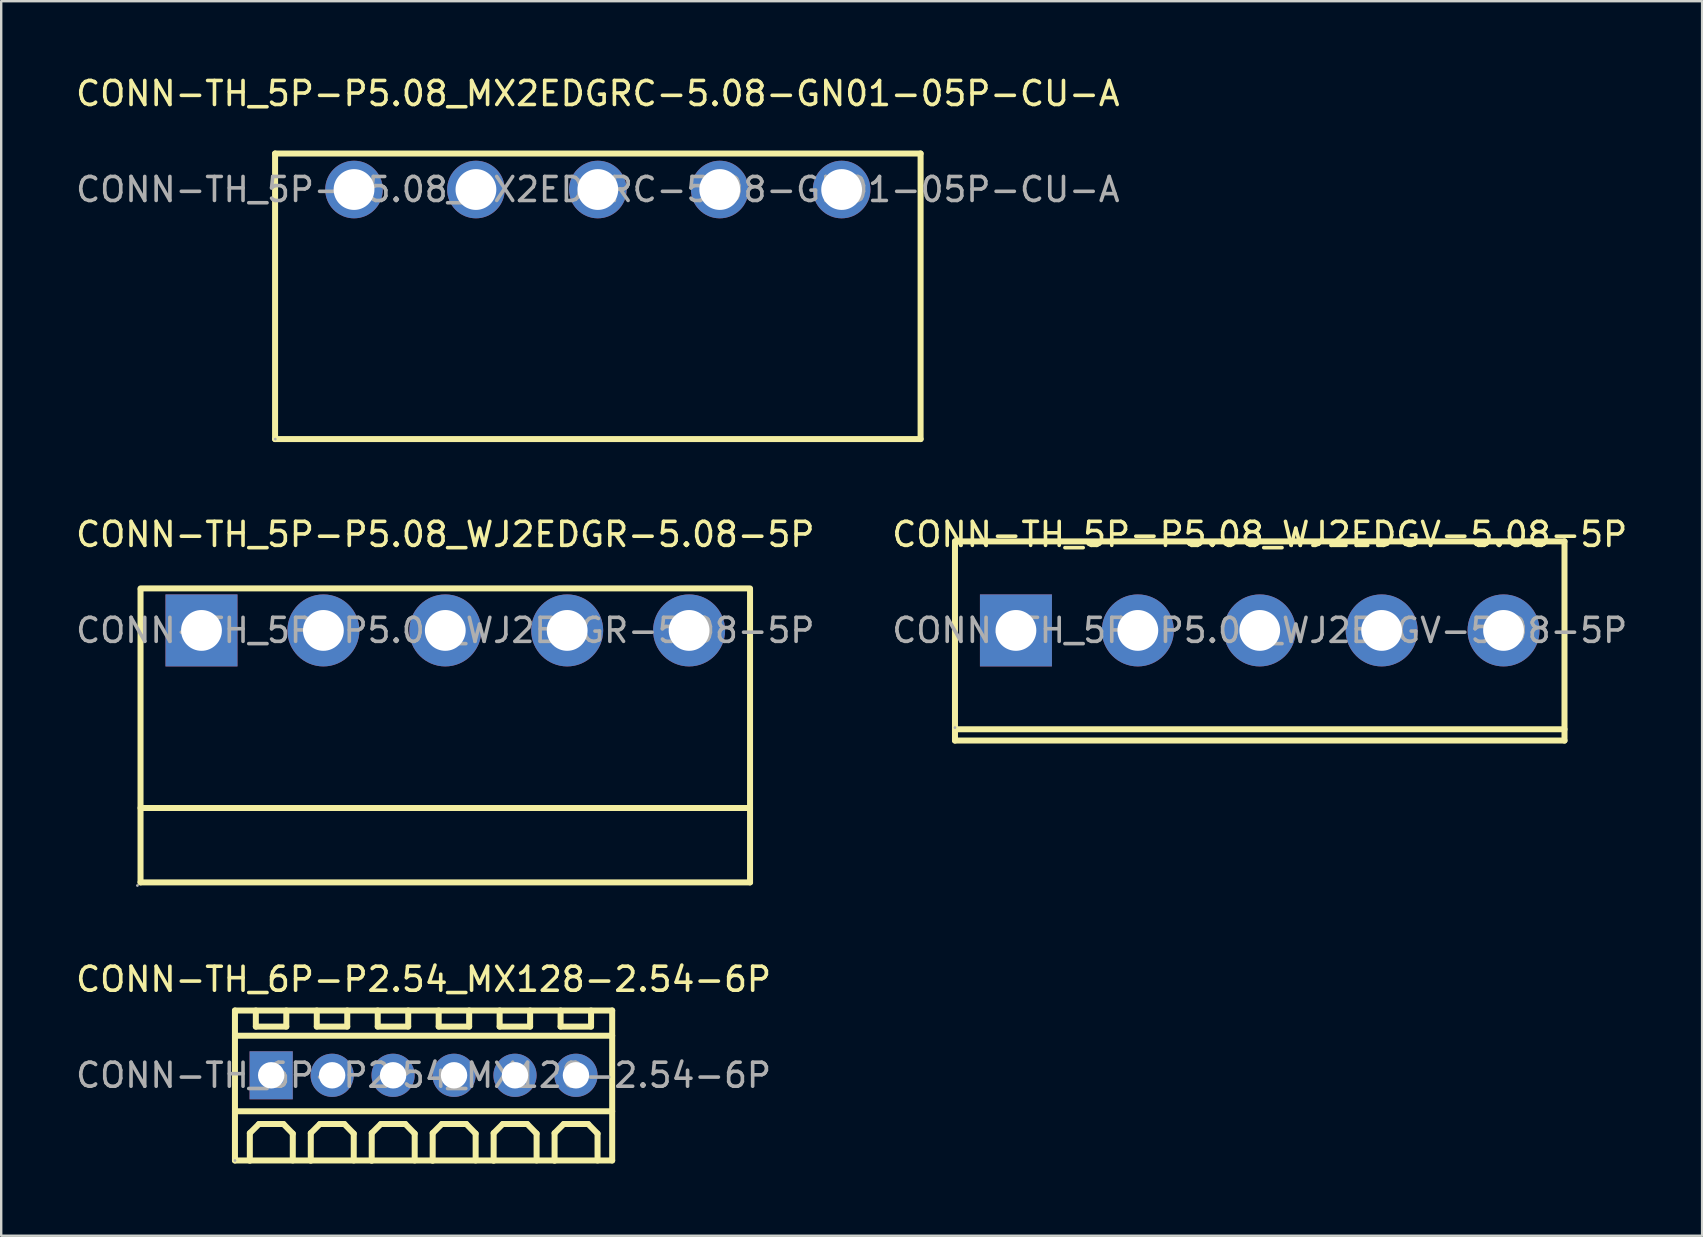
<source format=kicad_pcb>
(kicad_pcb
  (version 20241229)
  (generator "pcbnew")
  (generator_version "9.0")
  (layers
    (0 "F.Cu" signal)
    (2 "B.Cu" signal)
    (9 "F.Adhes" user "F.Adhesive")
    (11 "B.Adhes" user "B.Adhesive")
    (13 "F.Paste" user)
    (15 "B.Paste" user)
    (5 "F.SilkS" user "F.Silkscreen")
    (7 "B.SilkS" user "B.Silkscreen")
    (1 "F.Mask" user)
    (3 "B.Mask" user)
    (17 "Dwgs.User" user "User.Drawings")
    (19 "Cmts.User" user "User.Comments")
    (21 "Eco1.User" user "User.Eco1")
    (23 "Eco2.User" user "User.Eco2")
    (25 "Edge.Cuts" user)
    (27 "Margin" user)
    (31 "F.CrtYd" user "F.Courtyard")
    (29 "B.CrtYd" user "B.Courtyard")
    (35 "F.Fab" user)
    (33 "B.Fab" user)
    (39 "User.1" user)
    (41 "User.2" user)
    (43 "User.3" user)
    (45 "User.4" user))
  (footprint "CONN-TH_5P-P5.08_MX2EDGRC-5.08-GN01-05P-CU-A"
    (layer "F.Cu")
    (at 21.863 4.848)
    (property "Reference" "CONN-TH_5P-P5.08_MX2EDGRC-5.08-GN01-05P-CU-A" (at 0 -4 0) (layer "F.SilkS") (effects (font (size 1 1) (thickness 0.15))))
    (attr through_hole)
    (fp_line (start -13.45 -1.5) (end -13.45 10.4) (stroke (width 0.25) (type solid)) (layer "F.SilkS"))
    (fp_line (start -13.45 10.4) (end 13.45 10.4) (stroke (width 0.25) (type solid)) (layer "F.SilkS"))
    (fp_line (start 13.45 -1.5) (end -13.45 -1.5) (stroke (width 0.25) (type solid)) (layer "F.SilkS"))
    (fp_line (start 13.45 10.4) (end 13.45 -1.5) (stroke (width 0.25) (type solid)) (layer "F.SilkS"))
    (fp_circle (center -13.44 10.4) (end -13.41 10.4) (stroke (width 0.06) (type solid)) (fill no) (layer "F.Fab"))
    (fp_text user "${REFERENCE}" (at 0 0 0) (layer "F.Fab") (effects (font (size 1 1) (thickness 0.15))))
    (pad "1" thru_hole circle (at -10.16 0) (size 2.4 2.4) (drill 1.7) (layers "*.Cu" "*.Mask"))
    (pad "2" thru_hole circle (at -5.08 0) (size 2.4 2.4) (drill 1.7) (layers "*.Cu" "*.Mask"))
    (pad "3" thru_hole circle (at 0 0) (size 2.4 2.4) (drill 1.7) (layers "*.Cu" "*.Mask"))
    (pad "4" thru_hole circle (at 5.08 0) (size 2.4 2.4) (drill 1.7) (layers "*.Cu" "*.Mask"))
    (pad "5" thru_hole circle (at 10.16 0) (size 2.4 2.4) (drill 1.7) (layers "*.Cu" "*.Mask")))
  (footprint "CONN-TH_5P-P5.08_WJ2EDGV-5.08-5P"
    (layer "F.Cu")
    (at 49.446 23.221)
    (property "Reference" "CONN-TH_5P-P5.08_WJ2EDGV-5.08-5P" (at 0 -4 0) (layer "F.SilkS") (effects (font (size 1 1) (thickness 0.15))))
    (attr through_hole)
    (fp_line (start -12.7 -3.71) (end 12.7 -3.71) (stroke (width 0.25) (type solid)) (layer "F.SilkS"))
    (fp_line (start -12.7 4.12) (end 12.7 4.12) (stroke (width 0.25) (type solid)) (layer "F.SilkS"))
    (fp_line (start -12.7 4.59) (end -12.7 -3.71) (stroke (width 0.25) (type solid)) (layer "F.SilkS"))
    (fp_line (start -12.7 4.59) (end 12.7 4.59) (stroke (width 0.25) (type solid)) (layer "F.SilkS"))
    (fp_line (start 12.7 -3.71) (end 12.7 4.59) (stroke (width 0.25) (type solid)) (layer "F.SilkS"))
    (fp_circle (center -12.7 4.05) (end -12.67 4.05) (stroke (width 0.06) (type solid)) (fill no) (layer "F.Fab"))
    (fp_text user "${REFERENCE}" (at 0 0 0) (layer "F.Fab") (effects (font (size 1 1) (thickness 0.15))))
    (pad "1" thru_hole rect (at -10.16 0) (size 3 3) (drill 1.7) (layers "*.Cu" "*.Mask"))
    (pad "2" thru_hole circle (at -5.08 0) (size 3 3) (drill 1.7) (layers "*.Cu" "*.Mask"))
    (pad "3" thru_hole circle (at 0 0) (size 3 3) (drill 1.7) (layers "*.Cu" "*.Mask"))
    (pad "4" thru_hole circle (at 5.08 0) (size 3 3) (drill 1.7) (layers "*.Cu" "*.Mask"))
    (pad "5" thru_hole circle (at 10.16 0) (size 3 3) (drill 1.7) (layers "*.Cu" "*.Mask")))
  (footprint "CONN-TH_5P-P5.08_WJ2EDGR-5.08-5P"
    (layer "F.Cu")
    (at 15.506 23.221)
    (property "Reference" "CONN-TH_5P-P5.08_WJ2EDGR-5.08-5P" (at 0 -4 0) (layer "F.SilkS") (effects (font (size 1 1) (thickness 0.15))))
    (attr through_hole)
    (fp_line (start -12.7 7.4) (end 12.7 7.4) (stroke (width 0.25) (type solid)) (layer "F.SilkS"))
    (fp_line (start -12.7 10.5) (end -12.7 -1.7) (stroke (width 0.25) (type solid)) (layer "F.SilkS"))
    (fp_line (start -12.7 10.5) (end 12.7 10.5) (stroke (width 0.25) (type solid)) (layer "F.SilkS"))
    (fp_line (start 12.7 -1.75) (end -12.7 -1.75) (stroke (width 0.25) (type solid)) (layer "F.SilkS"))
    (fp_line (start 12.7 10.5) (end 12.7 -1.7) (stroke (width 0.25) (type solid)) (layer "F.SilkS"))
    (fp_circle (center -12.83 10.63) (end -12.8 10.63) (stroke (width 0.06) (type solid)) (fill no) (layer "F.Fab"))
    (fp_circle (center -10.16 0) (end -9.78 0) (stroke (width 0.75) (type solid)) (fill no) (layer "F.Fab"))
    (fp_circle (center -5.08 0) (end -4.7 0) (stroke (width 0.75) (type solid)) (fill no) (layer "F.Fab"))
    (fp_circle (center 0 0) (end 0.38 0) (stroke (width 0.75) (type solid)) (fill no) (layer "F.Fab"))
    (fp_circle (center 5.08 0) (end 5.46 0) (stroke (width 0.75) (type solid)) (fill no) (layer "F.Fab"))
    (fp_circle (center 10.16 0) (end 10.54 0) (stroke (width 0.75) (type solid)) (fill no) (layer "F.Fab"))
    (fp_text user "${REFERENCE}" (at 0 0 0) (layer "F.Fab") (effects (font (size 1 1) (thickness 0.15))))
    (pad "1" thru_hole rect (at -10.16 0) (size 3 3) (drill 1.7) (layers "*.Cu" "*.Mask"))
    (pad "2" thru_hole circle (at -5.08 0) (size 3 3) (drill 1.7) (layers "*.Cu" "*.Mask"))
    (pad "3" thru_hole circle (at 0 0) (size 3 3) (drill 1.7) (layers "*.Cu" "*.Mask"))
    (pad "4" thru_hole circle (at 5.08 0) (size 3 3) (drill 1.7) (layers "*.Cu" "*.Mask"))
    (pad "5" thru_hole circle (at 10.16 0) (size 3 3) (drill 1.7) (layers "*.Cu" "*.Mask")))
  (footprint "CONN-TH_6P-P2.54_MX128-2.54-6P"
    (layer "F.Cu")
    (at 14.601 41.76)
    (property "Reference" "CONN-TH_6P-P2.54_MX128-2.54-6P" (at 0 -4 0) (layer "F.SilkS") (effects (font (size 1 1) (thickness 0.15))))
    (attr through_hole)
    (fp_line (start -7.86 -2.7) (end -7.86 3.55) (stroke (width 0.25) (type solid)) (layer "F.SilkS"))
    (fp_line (start -7.86 -2.7) (end 7.86 -2.7) (stroke (width 0.25) (type solid)) (layer "F.SilkS"))
    (fp_line (start -7.86 -1.65) (end 7.86 -1.65) (stroke (width 0.25) (type solid)) (layer "F.SilkS"))
    (fp_line (start -7.86 1.5) (end 7.86 1.5) (stroke (width 0.25) (type solid)) (layer "F.SilkS"))
    (fp_line (start -7.86 3.55) (end 7.86 3.55) (stroke (width 0.25) (type solid)) (layer "F.SilkS"))
    (fp_line (start -7.24 2.41) (end -6.86 2.03) (stroke (width 0.25) (type solid)) (layer "F.SilkS"))
    (fp_line (start -7.24 3.56) (end -7.24 2.41) (stroke (width 0.25) (type solid)) (layer "F.SilkS"))
    (fp_line (start -6.99 -2.7) (end -6.99 -2.03) (stroke (width 0.25) (type solid)) (layer "F.SilkS"))
    (fp_line (start -6.99 -2.03) (end -5.72 -2.03) (stroke (width 0.25) (type solid)) (layer "F.SilkS"))
    (fp_line (start -6.86 2.03) (end -5.84 2.03) (stroke (width 0.25) (type solid)) (layer "F.SilkS"))
    (fp_line (start -5.84 2.03) (end -5.45 2.43) (stroke (width 0.25) (type solid)) (layer "F.SilkS"))
    (fp_line (start -5.72 -2.03) (end -5.72 -2.7) (stroke (width 0.25) (type solid)) (layer "F.SilkS"))
    (fp_line (start -5.45 2.43) (end -5.45 3.55) (stroke (width 0.25) (type solid)) (layer "F.SilkS"))
    (fp_line (start -4.7 2.41) (end -4.32 2.03) (stroke (width 0.25) (type solid)) (layer "F.SilkS"))
    (fp_line (start -4.7 3.56) (end -4.7 2.41) (stroke (width 0.25) (type solid)) (layer "F.SilkS"))
    (fp_line (start -4.45 -2.7) (end -4.45 -2.03) (stroke (width 0.25) (type solid)) (layer "F.SilkS"))
    (fp_line (start -4.45 -2.03) (end -3.18 -2.03) (stroke (width 0.25) (type solid)) (layer "F.SilkS"))
    (fp_line (start -4.32 2.03) (end -3.3 2.03) (stroke (width 0.25) (type solid)) (layer "F.SilkS"))
    (fp_line (start -3.3 2.03) (end -2.91 2.43) (stroke (width 0.25) (type solid)) (layer "F.SilkS"))
    (fp_line (start -3.18 -2.03) (end -3.18 -2.7) (stroke (width 0.25) (type solid)) (layer "F.SilkS"))
    (fp_line (start -2.91 2.43) (end -2.91 3.55) (stroke (width 0.25) (type solid)) (layer "F.SilkS"))
    (fp_line (start -2.16 2.41) (end -1.78 2.03) (stroke (width 0.25) (type solid)) (layer "F.SilkS"))
    (fp_line (start -2.16 3.56) (end -2.16 2.41) (stroke (width 0.25) (type solid)) (layer "F.SilkS"))
    (fp_line (start -1.91 -2.7) (end -1.91 -2.03) (stroke (width 0.25) (type solid)) (layer "F.SilkS"))
    (fp_line (start -1.91 -2.03) (end -0.64 -2.03) (stroke (width 0.25) (type solid)) (layer "F.SilkS"))
    (fp_line (start -1.78 2.03) (end -0.76 2.03) (stroke (width 0.25) (type solid)) (layer "F.SilkS"))
    (fp_line (start -0.76 2.03) (end -0.37 2.43) (stroke (width 0.25) (type solid)) (layer "F.SilkS"))
    (fp_line (start -0.64 -2.03) (end -0.64 -2.7) (stroke (width 0.25) (type solid)) (layer "F.SilkS"))
    (fp_line (start -0.37 2.43) (end -0.37 3.55) (stroke (width 0.25) (type solid)) (layer "F.SilkS"))
    (fp_line (start 0.38 2.41) (end 0.76 2.03) (stroke (width 0.25) (type solid)) (layer "F.SilkS"))
    (fp_line (start 0.38 3.56) (end 0.38 2.41) (stroke (width 0.25) (type solid)) (layer "F.SilkS"))
    (fp_line (start 0.63 -2.7) (end 0.63 -2.03) (stroke (width 0.25) (type solid)) (layer "F.SilkS"))
    (fp_line (start 0.63 -2.03) (end 1.9 -2.03) (stroke (width 0.25) (type solid)) (layer "F.SilkS"))
    (fp_line (start 0.76 2.03) (end 1.78 2.03) (stroke (width 0.25) (type solid)) (layer "F.SilkS"))
    (fp_line (start 1.78 2.03) (end 2.17 2.43) (stroke (width 0.25) (type solid)) (layer "F.SilkS"))
    (fp_line (start 1.9 -2.03) (end 1.9 -2.7) (stroke (width 0.25) (type solid)) (layer "F.SilkS"))
    (fp_line (start 2.17 2.43) (end 2.17 3.55) (stroke (width 0.25) (type solid)) (layer "F.SilkS"))
    (fp_line (start 2.92 2.41) (end 3.3 2.03) (stroke (width 0.25) (type solid)) (layer "F.SilkS"))
    (fp_line (start 2.92 3.56) (end 2.92 2.41) (stroke (width 0.25) (type solid)) (layer "F.SilkS"))
    (fp_line (start 3.17 -2.7) (end 3.17 -2.03) (stroke (width 0.25) (type solid)) (layer "F.SilkS"))
    (fp_line (start 3.17 -2.03) (end 4.44 -2.03) (stroke (width 0.25) (type solid)) (layer "F.SilkS"))
    (fp_line (start 3.3 2.03) (end 4.32 2.03) (stroke (width 0.25) (type solid)) (layer "F.SilkS"))
    (fp_line (start 4.32 2.03) (end 4.71 2.43) (stroke (width 0.25) (type solid)) (layer "F.SilkS"))
    (fp_line (start 4.44 -2.03) (end 4.44 -2.7) (stroke (width 0.25) (type solid)) (layer "F.SilkS"))
    (fp_line (start 4.71 2.43) (end 4.71 3.55) (stroke (width 0.25) (type solid)) (layer "F.SilkS"))
    (fp_line (start 5.46 2.41) (end 5.84 2.03) (stroke (width 0.25) (type solid)) (layer "F.SilkS"))
    (fp_line (start 5.46 3.56) (end 5.46 2.41) (stroke (width 0.25) (type solid)) (layer "F.SilkS"))
    (fp_line (start 5.71 -2.7) (end 5.71 -2.03) (stroke (width 0.25) (type solid)) (layer "F.SilkS"))
    (fp_line (start 5.71 -2.03) (end 6.98 -2.03) (stroke (width 0.25) (type solid)) (layer "F.SilkS"))
    (fp_line (start 5.84 2.03) (end 6.86 2.03) (stroke (width 0.25) (type solid)) (layer "F.SilkS"))
    (fp_line (start 6.86 2.03) (end 7.25 2.43) (stroke (width 0.25) (type solid)) (layer "F.SilkS"))
    (fp_line (start 6.98 -2.03) (end 6.98 -2.7) (stroke (width 0.25) (type solid)) (layer "F.SilkS"))
    (fp_line (start 7.25 2.43) (end 7.25 3.55) (stroke (width 0.25) (type solid)) (layer "F.SilkS"))
    (fp_line (start 7.86 -2.7) (end 7.86 3.55) (stroke (width 0.25) (type solid)) (layer "F.SilkS"))
    (fp_circle (center -7.86 3.55) (end -7.83 3.55) (stroke (width 0.06) (type solid)) (fill no) (layer "F.Fab"))
    (fp_text user "${REFERENCE}" (at 0 0 0) (layer "F.Fab") (effects (font (size 1 1) (thickness 0.15))))
    (pad "1" thru_hole rect (at -6.35 0) (size 1.8 2) (drill 1.1) (layers "*.Cu" "*.Mask"))
    (pad "2" thru_hole circle (at -3.81 0) (size 1.8 1.8) (drill 1.1) (layers "*.Cu" "*.Mask"))
    (pad "3" thru_hole circle (at -1.27 0) (size 1.8 1.8) (drill 1.1) (layers "*.Cu" "*.Mask"))
    (pad "4" thru_hole circle (at 1.27 0) (size 1.8 1.8) (drill 1.1) (layers "*.Cu" "*.Mask"))
    (pad "5" thru_hole circle (at 3.81 0) (size 1.8 1.8) (drill 1.1) (layers "*.Cu" "*.Mask"))
    (pad "6" thru_hole circle (at 6.35 0) (size 1.8 1.8) (drill 1.1) (layers "*.Cu" "*.Mask")))
  (gr_rect
    (start -3 -3)
    (end 67.881 48.445)
    (stroke (width 0.1) (type default))
    (fill no)
    (layer "Edge.Cuts")))
</source>
